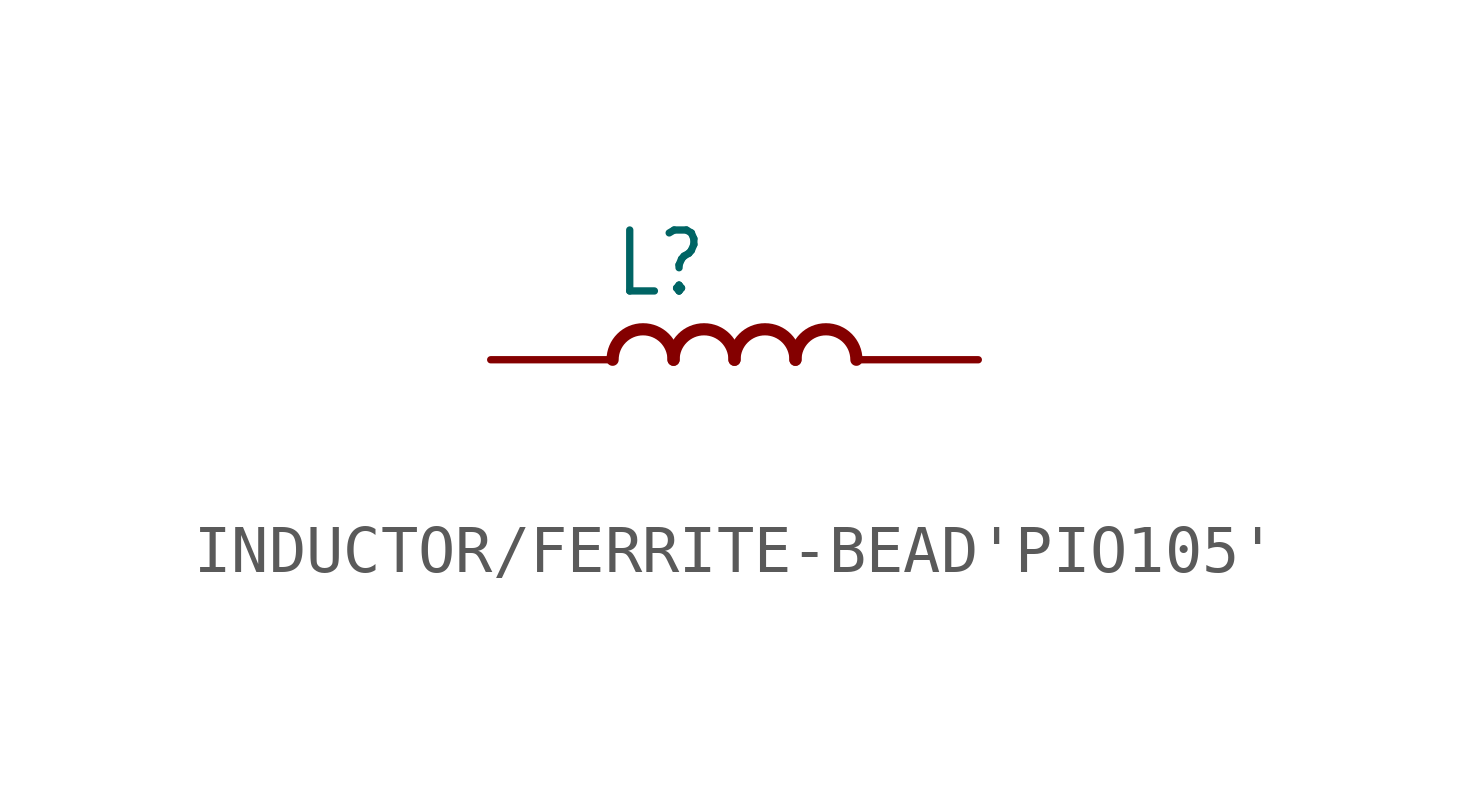
<source format=kicad_sym>
(kicad_symbol_lib
  (version 20231120)
  (generator "kicad_symbol_editor")
  (generator_version "8.0")
  (symbol "INDUCTOR/FERRITE-BEAD'PIO105'"
    (property "Reference" "L"
      (at -2.54 1.27 0)
      (effects (font (size 1.27 1.079)) (justify left bottom)))
    (property "Value" ""
      (at -2.54 -2.54 0)
      (effects (font (size 1.27 1.079)) (justify left bottom)))
    (property "ki_locked" ""
      (at 0 0 0)
      (effects (font (size 1.27 1.27))))
    (symbol "INDUCTOR/FERRITE-BEAD'PIO105'_1_0"
      (arc (start -1.27 0) (mid -1.905 0.635) (end -2.54 0) (stroke (width 0.254) (type solid)) (fill (type none)))
      (arc (start 0 0) (mid -0.635 0.635) (end -1.27 0) (stroke (width 0.254) (type solid)) (fill (type none)))
      (arc (start 1.27 0) (mid 0.635 0.635) (end 0 0) (stroke (width 0.254) (type solid)) (fill (type none)))
      (arc (start 2.54 0) (mid 1.905 0.635) (end 1.27 0) (stroke (width 0.254) (type solid)) (fill (type none)))
      (pin passive line (at -5.08 0 0) (length 2.54) (name "1" (effects (font (size 0 0)))) (number "1" (effects (font (size 0 0)))))
      (pin passive line (at 5.08 0 180) (length 2.54) (name "2" (effects (font (size 0 0)))) (number "2" (effects (font (size 0 0))))))))
</source>
